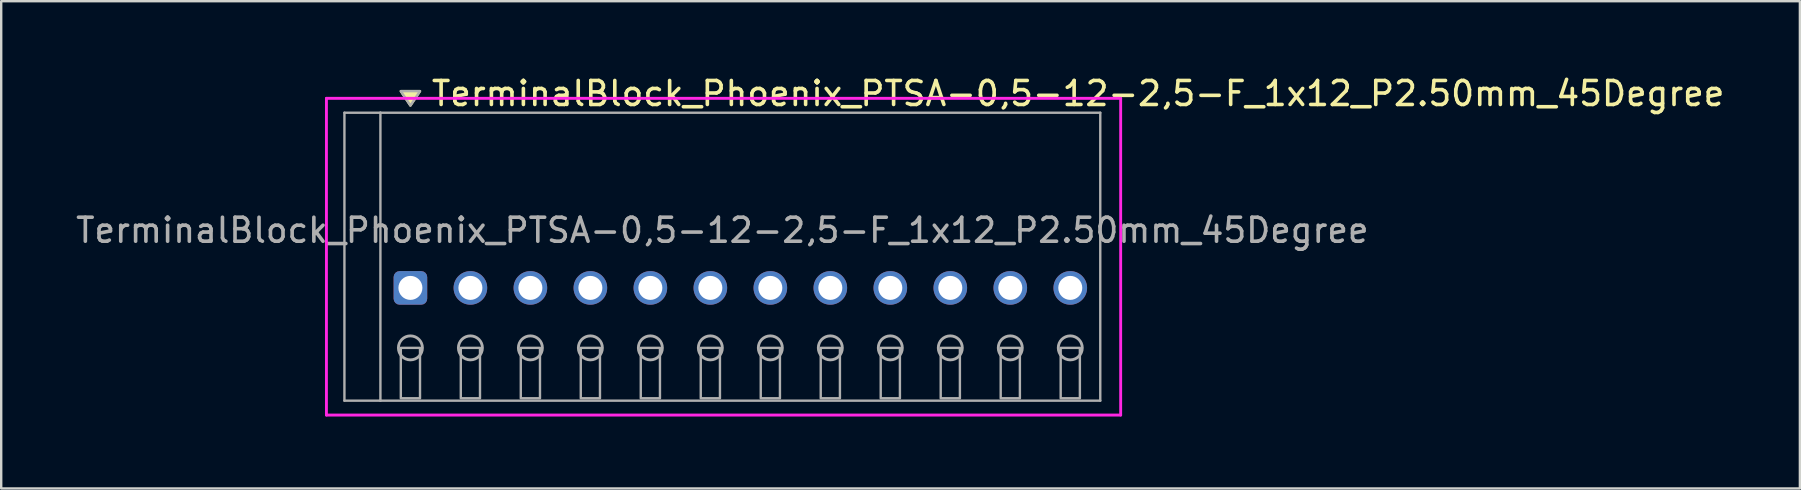
<source format=kicad_pcb>
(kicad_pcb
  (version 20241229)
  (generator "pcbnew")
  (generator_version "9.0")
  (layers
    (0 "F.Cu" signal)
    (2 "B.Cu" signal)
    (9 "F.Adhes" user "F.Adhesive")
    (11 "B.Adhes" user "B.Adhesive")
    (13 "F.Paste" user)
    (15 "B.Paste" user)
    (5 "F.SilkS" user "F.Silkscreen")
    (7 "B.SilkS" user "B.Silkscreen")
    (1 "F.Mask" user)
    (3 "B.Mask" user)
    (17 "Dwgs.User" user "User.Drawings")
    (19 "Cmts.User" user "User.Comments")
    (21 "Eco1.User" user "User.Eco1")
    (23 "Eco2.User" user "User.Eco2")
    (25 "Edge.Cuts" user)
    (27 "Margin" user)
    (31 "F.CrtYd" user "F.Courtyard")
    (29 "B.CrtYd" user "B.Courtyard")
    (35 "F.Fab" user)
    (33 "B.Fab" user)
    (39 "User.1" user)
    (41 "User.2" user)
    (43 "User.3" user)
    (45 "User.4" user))
  (footprint "TerminalBlock_Phoenix_PTSA-0,5-12-2,5-F_1x12_P2.50mm_45Degree"
    (layer "F.Cu")
    (at 14.054 8.948)
    (property "Reference" "TerminalBlock_Phoenix_PTSA-0,5-12-2,5-F_1x12_P2.50mm_45Degree" (at 0.8 -8.1 0) (layer "F.SilkS") (effects (font (size 1 1) (thickness 0.15)) (justify left)))
    (attr through_hole)
    (fp_poly (pts (xy 0 -7.6) (xy -0.4 -8.2) (xy 0.4 -8.2)) (stroke (width 0.1) (type solid)) (fill yes) (layer "F.SilkS"))
    (fp_line (start -3.5 -7.9) (end 29.6 -7.9) (stroke (width 0.12) (type solid)) (layer "F.CrtYd"))
    (fp_line (start -3.5 5.3) (end -3.5 -7.9) (stroke (width 0.12) (type solid)) (layer "F.CrtYd"))
    (fp_line (start 29.6 -7.9) (end 29.6 5.3) (stroke (width 0.12) (type solid)) (layer "F.CrtYd"))
    (fp_line (start 29.6 5.3) (end -3.5 5.3) (stroke (width 0.12) (type solid)) (layer "F.CrtYd"))
    (fp_line (start -2.75 -7.3) (end -1.25 -7.3) (stroke (width 0.1) (type solid)) (layer "F.Fab"))
    (fp_line (start -2.75 4.7) (end -2.75 -7.3) (stroke (width 0.1) (type solid)) (layer "F.Fab"))
    (fp_line (start -1.25 -7.3) (end -1.25 4.7) (stroke (width 0.1) (type solid)) (layer "F.Fab"))
    (fp_line (start -1.25 4.7) (end -2.75 4.7) (stroke (width 0.1) (type solid)) (layer "F.Fab"))
    (fp_line (start -1.25 4.7) (end 28.75 4.7) (stroke (width 0.1) (type solid)) (layer "F.Fab"))
    (fp_line (start 28.75 -7.3) (end -1.25 -7.3) (stroke (width 0.1) (type solid)) (layer "F.Fab"))
    (fp_line (start 28.75 4.7) (end 28.75 -7.3) (stroke (width 0.1) (type solid)) (layer "F.Fab"))
    (fp_circle (center 0 2.5) (end -0.5 2.5) (stroke (width 0.12) (type solid)) (fill no) (layer "F.Fab"))
    (fp_circle (center 2.5 2.5) (end 2 2.5) (stroke (width 0.12) (type solid)) (fill no) (layer "F.Fab"))
    (fp_circle (center 5 2.5) (end 4.5 2.5) (stroke (width 0.12) (type solid)) (fill no) (layer "F.Fab"))
    (fp_circle (center 7.5 2.5) (end 7 2.5) (stroke (width 0.12) (type solid)) (fill no) (layer "F.Fab"))
    (fp_circle (center 10 2.5) (end 9.5 2.5) (stroke (width 0.12) (type solid)) (fill no) (layer "F.Fab"))
    (fp_circle (center 12.5 2.5) (end 12 2.5) (stroke (width 0.12) (type solid)) (fill no) (layer "F.Fab"))
    (fp_circle (center 15 2.5) (end 14.5 2.5) (stroke (width 0.12) (type solid)) (fill no) (layer "F.Fab"))
    (fp_circle (center 17.5 2.5) (end 17 2.5) (stroke (width 0.12) (type solid)) (fill no) (layer "F.Fab"))
    (fp_circle (center 20 2.5) (end 19.5 2.5) (stroke (width 0.12) (type solid)) (fill no) (layer "F.Fab"))
    (fp_circle (center 22.5 2.5) (end 22 2.5) (stroke (width 0.12) (type solid)) (fill no) (layer "F.Fab"))
    (fp_circle (center 25 2.5) (end 24.5 2.5) (stroke (width 0.12) (type solid)) (fill no) (layer "F.Fab"))
    (fp_circle (center 27.5 2.5) (end 27 2.5) (stroke (width 0.12) (type solid)) (fill no) (layer "F.Fab"))
    (fp_poly (pts (xy 0 -7.6) (xy -0.4 -8.2) (xy 0.4 -8.2)) (stroke (width 0.1) (type solid)) (fill no) (layer "F.Fab"))
    (fp_poly (pts (xy -0.4 2.5) (xy -0.4 4.6) (xy 0.4 4.6) (xy 0.4 2.5)) (stroke (width 0.1) (type solid)) (fill no) (layer "F.Fab"))
    (fp_poly (pts (xy 2.1 2.5) (xy 2.1 4.6) (xy 2.9 4.6) (xy 2.9 2.5)) (stroke (width 0.1) (type solid)) (fill no) (layer "F.Fab"))
    (fp_poly (pts (xy 4.6 2.5) (xy 4.6 4.6) (xy 5.4 4.6) (xy 5.4 2.5)) (stroke (width 0.1) (type solid)) (fill no) (layer "F.Fab"))
    (fp_poly (pts (xy 7.1 2.5) (xy 7.1 4.6) (xy 7.9 4.6) (xy 7.9 2.5)) (stroke (width 0.1) (type solid)) (fill no) (layer "F.Fab"))
    (fp_poly (pts (xy 9.6 2.5) (xy 9.6 4.6) (xy 10.4 4.6) (xy 10.4 2.5)) (stroke (width 0.1) (type solid)) (fill no) (layer "F.Fab"))
    (fp_poly (pts (xy 12.1 2.5) (xy 12.1 4.6) (xy 12.9 4.6) (xy 12.9 2.5)) (stroke (width 0.1) (type solid)) (fill no) (layer "F.Fab"))
    (fp_poly (pts (xy 14.6 2.5) (xy 14.6 4.6) (xy 15.4 4.6) (xy 15.4 2.5)) (stroke (width 0.1) (type solid)) (fill no) (layer "F.Fab"))
    (fp_poly (pts (xy 17.1 2.5) (xy 17.1 4.6) (xy 17.9 4.6) (xy 17.9 2.5)) (stroke (width 0.1) (type solid)) (fill no) (layer "F.Fab"))
    (fp_poly (pts (xy 19.6 2.5) (xy 19.6 4.6) (xy 20.4 4.6) (xy 20.4 2.5)) (stroke (width 0.1) (type solid)) (fill no) (layer "F.Fab"))
    (fp_poly (pts (xy 22.1 2.5) (xy 22.1 4.6) (xy 22.9 4.6) (xy 22.9 2.5)) (stroke (width 0.1) (type solid)) (fill no) (layer "F.Fab"))
    (fp_poly (pts (xy 24.6 2.5) (xy 24.6 4.6) (xy 25.4 4.6) (xy 25.4 2.5)) (stroke (width 0.1) (type solid)) (fill no) (layer "F.Fab"))
    (fp_poly (pts (xy 27.1 2.5) (xy 27.1 4.6) (xy 27.9 4.6) (xy 27.9 2.5)) (stroke (width 0.1) (type solid)) (fill no) (layer "F.Fab"))
    (fp_text user "${REFERENCE}" (at 13 -2.4 0) (layer "F.Fab") (effects (font (size 1 1) (thickness 0.15))))
    (pad "1" thru_hole roundrect (at 0 0) (size 1.4 1.4) (drill 1) (layers "*.Cu" "*.Mask") (roundrect_rratio 0.179))
    (pad "2" thru_hole oval (at 2.5 0) (size 1.4 1.4) (drill 1) (layers "*.Cu" "*.Mask"))
    (pad "3" thru_hole oval (at 5 0) (size 1.4 1.4) (drill 1) (layers "*.Cu" "*.Mask"))
    (pad "4" thru_hole oval (at 7.5 0) (size 1.4 1.4) (drill 1) (layers "*.Cu" "*.Mask"))
    (pad "5" thru_hole oval (at 10 0) (size 1.4 1.4) (drill 1) (layers "*.Cu" "*.Mask"))
    (pad "6" thru_hole oval (at 12.5 0) (size 1.4 1.4) (drill 1) (layers "*.Cu" "*.Mask"))
    (pad "7" thru_hole oval (at 15 0) (size 1.4 1.4) (drill 1) (layers "*.Cu" "*.Mask"))
    (pad "8" thru_hole oval (at 17.5 0) (size 1.4 1.4) (drill 1) (layers "*.Cu" "*.Mask"))
    (pad "9" thru_hole oval (at 20 0) (size 1.4 1.4) (drill 1) (layers "*.Cu" "*.Mask"))
    (pad "10" thru_hole oval (at 22.5 0) (size 1.4 1.4) (drill 1) (layers "*.Cu" "*.Mask"))
    (pad "11" thru_hole oval (at 25 0) (size 1.4 1.4) (drill 1) (layers "*.Cu" "*.Mask"))
    (pad "12" thru_hole oval (at 27.5 0) (size 1.4 1.4) (drill 1) (layers "*.Cu" "*.Mask")))
  (gr_rect
    (start -3 -3)
    (end 71.961 17.308)
    (stroke (width 0.1) (type default))
    (fill no)
    (layer "Edge.Cuts")))
</source>
